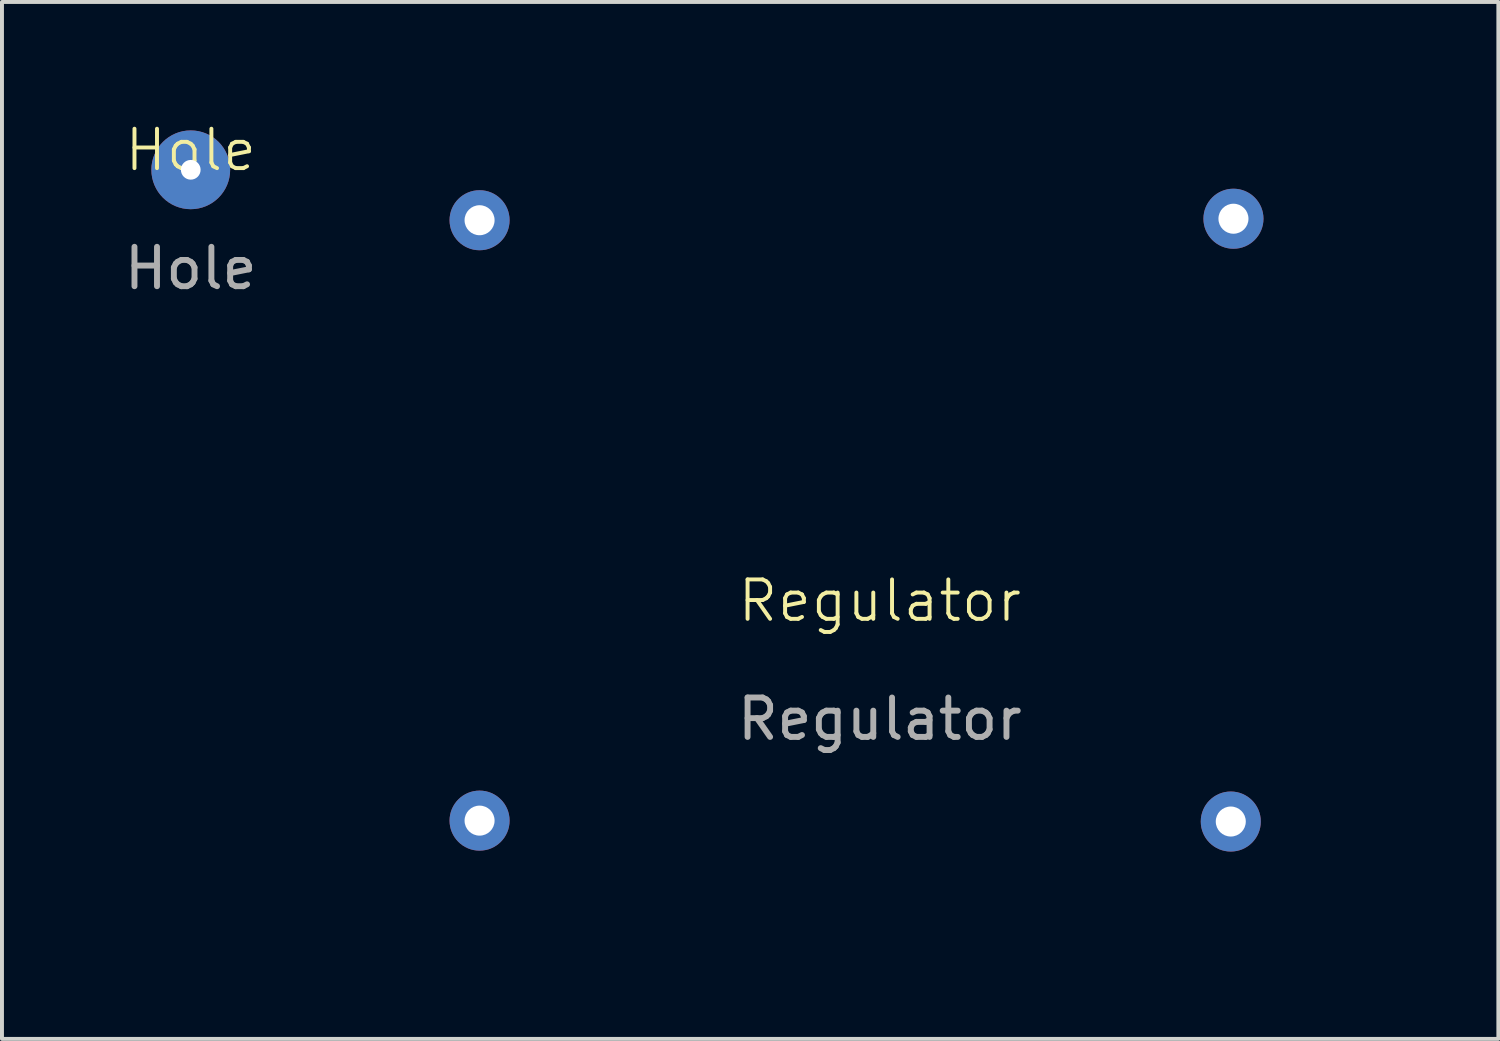
<source format=kicad_pcb>
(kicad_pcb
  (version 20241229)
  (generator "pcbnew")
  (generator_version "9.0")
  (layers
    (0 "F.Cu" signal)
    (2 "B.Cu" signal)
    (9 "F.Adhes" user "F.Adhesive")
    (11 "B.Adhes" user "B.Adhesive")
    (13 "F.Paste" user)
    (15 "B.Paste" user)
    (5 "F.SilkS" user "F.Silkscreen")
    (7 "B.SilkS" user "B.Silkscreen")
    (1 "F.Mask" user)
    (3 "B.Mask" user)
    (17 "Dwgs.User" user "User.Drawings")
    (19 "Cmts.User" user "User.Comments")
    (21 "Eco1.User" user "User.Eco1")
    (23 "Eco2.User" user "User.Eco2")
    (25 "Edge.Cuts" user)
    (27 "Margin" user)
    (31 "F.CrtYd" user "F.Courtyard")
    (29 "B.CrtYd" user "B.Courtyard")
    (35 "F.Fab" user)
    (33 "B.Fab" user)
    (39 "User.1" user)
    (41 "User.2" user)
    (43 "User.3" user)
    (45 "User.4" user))
  (footprint "Hole"
    (layer "F.Cu")
    (at 1.792 1.26)
    (property "Reference" "Hole" (at 0 -0.5 0) (unlocked yes) (layer "F.SilkS") (effects (font (size 1 1) (thickness 0.1))))
    (attr through_hole)
    (fp_text user "${REFERENCE}" (at 0 2.5 0) (unlocked yes) (layer "F.Fab") (effects (font (size 1 1) (thickness 0.15))))
    (pad "1" thru_hole circle (at 0 0) (size 2 2) (drill 0.5) (layers "*.Cu" "*.Mask")))
  (footprint "Regulator"
    (layer "F.Cu")
    (at 19.283 12.7)
    (property "Reference" "Regulator" (at 0 -0.5 0) (unlocked yes) (layer "F.SilkS") (effects (font (size 1 1) (thickness 0.1))))
    (attr through_hole)
    (fp_text user "${REFERENCE}" (at 0 2.5 0) (unlocked yes) (layer "F.Fab") (effects (font (size 1 1) (thickness 0.15))))
    (pad "1" thru_hole circle (at -10.16 -10.16) (size 1.524 1.524) (drill 0.762) (layers "*.Cu" "*.Mask"))
    (pad "2" thru_hole circle (at -10.16 5.08) (size 1.524 1.524) (drill 0.762) (layers "*.Cu" "*.Mask"))
    (pad "3" thru_hole circle (at 8.976 -10.198) (size 1.524 1.524) (drill 0.762) (layers "*.Cu" "*.Mask"))
    (pad "4" thru_hole circle (at 8.908 5.103) (size 1.524 1.524) (drill 0.762) (layers "*.Cu" "*.Mask"))
    (zone (net_name "") (layer "F.SilkS") (hatch edge 0.5) (connect_pads) (min_thickness 0.25) (filled_areas_thickness no) (keepout (tracks not_allowed) (vias not_allowed) (pads not_allowed) (copperpour allowed) (footprints allowed)) (placement (enabled no)) (fill) (polygon (pts (xy 6.583 0) (xy 6.583 20.32) (xy 31.983 20.32) (xy 31.983 0)))))
  (gr_rect
    (start -3 -3)
    (end 34.983 23.32)
    (stroke (width 0.1) (type default))
    (fill no)
    (layer "Edge.Cuts")))
</source>
